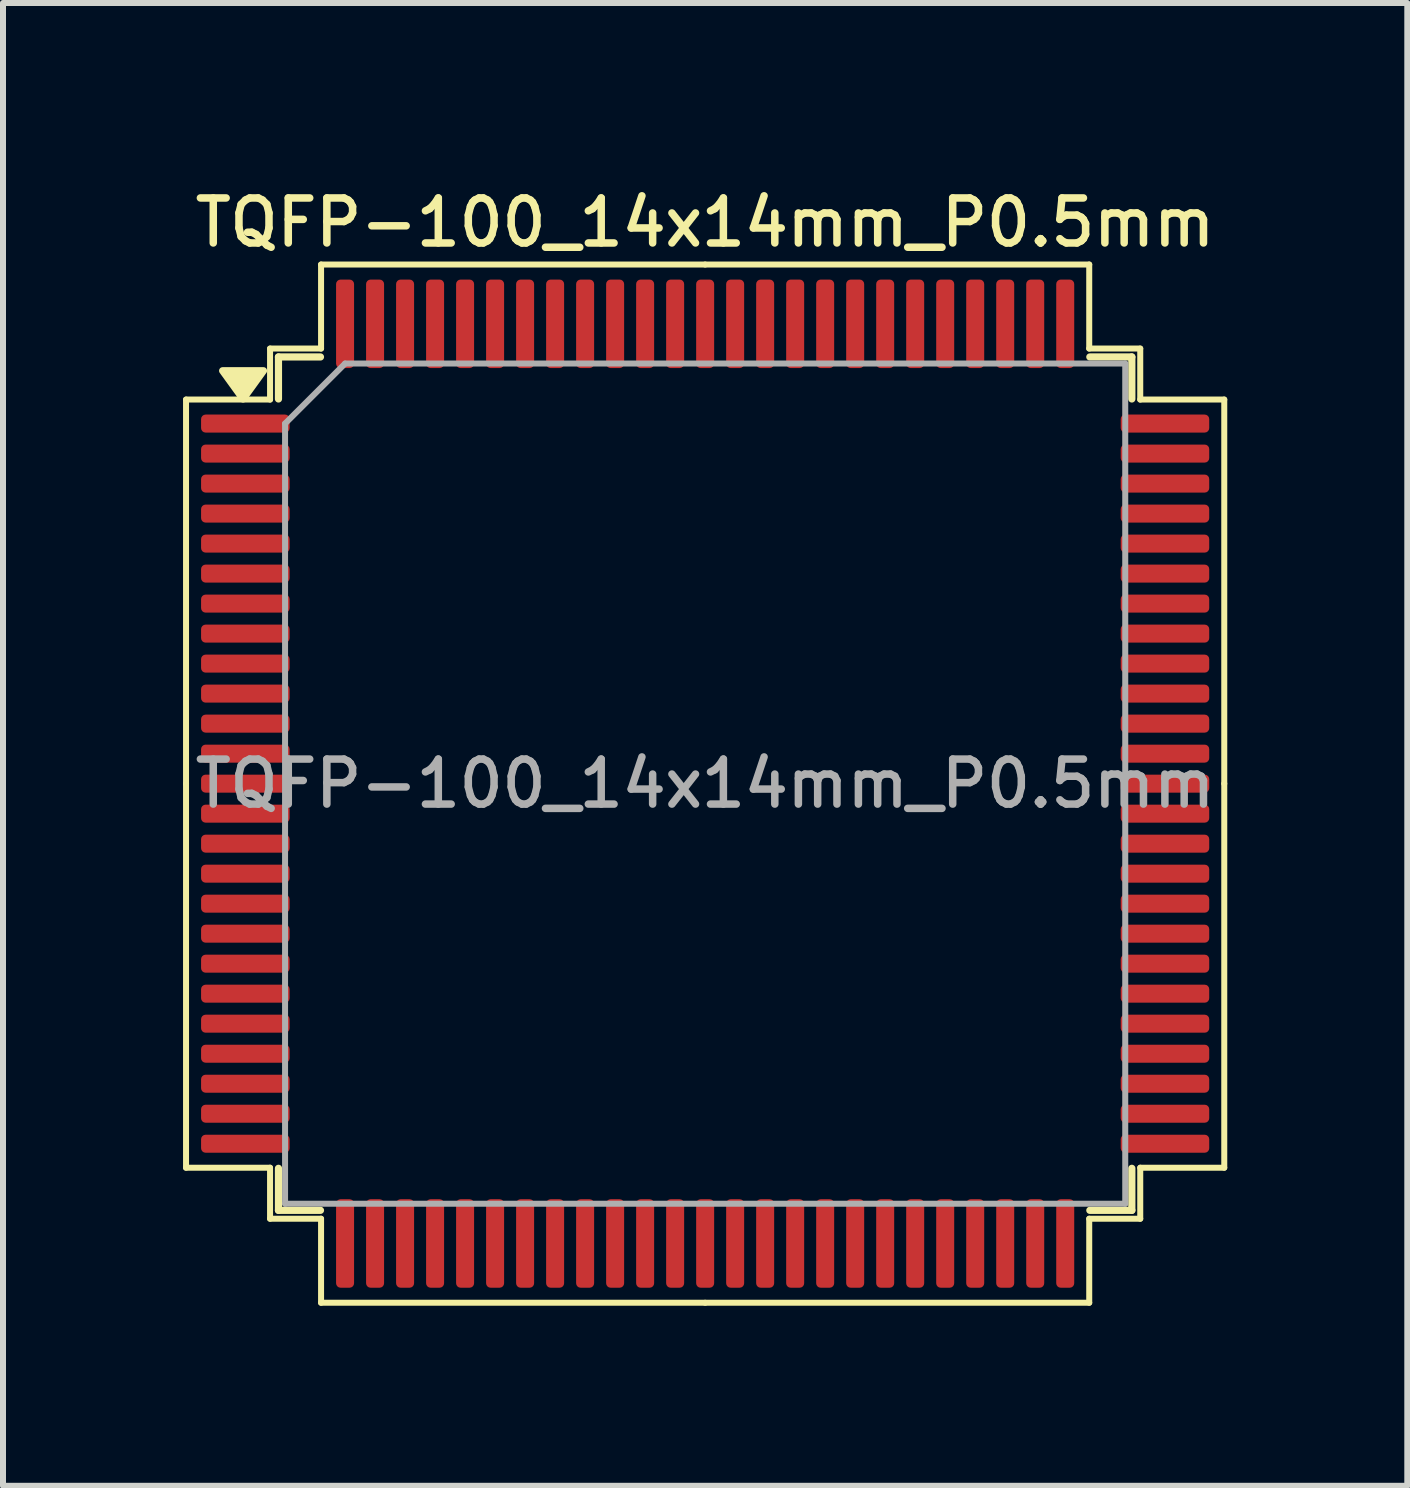
<source format=kicad_pcb>
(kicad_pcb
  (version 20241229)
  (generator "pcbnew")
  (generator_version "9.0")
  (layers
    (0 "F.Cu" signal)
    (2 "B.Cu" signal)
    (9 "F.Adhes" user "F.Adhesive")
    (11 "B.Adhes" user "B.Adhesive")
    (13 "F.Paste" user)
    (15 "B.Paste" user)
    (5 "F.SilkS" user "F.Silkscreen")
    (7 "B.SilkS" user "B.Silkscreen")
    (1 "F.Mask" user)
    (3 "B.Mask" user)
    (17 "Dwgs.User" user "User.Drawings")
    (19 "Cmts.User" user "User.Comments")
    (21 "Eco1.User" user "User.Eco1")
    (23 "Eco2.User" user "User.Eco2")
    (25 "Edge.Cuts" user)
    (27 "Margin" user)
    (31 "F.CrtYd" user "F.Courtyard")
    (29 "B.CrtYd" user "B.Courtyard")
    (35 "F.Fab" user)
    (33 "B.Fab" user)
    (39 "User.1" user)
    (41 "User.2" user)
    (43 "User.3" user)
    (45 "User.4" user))
  (footprint "TQFP-100_14x14mm_P0.5mm"
    (layer "F.Cu")
    (at 8.7 10.008)
    (property "Reference" "TQFP-100_14x14mm_P0.5mm" (at 0 -9.35 0) (layer "F.SilkS") (effects (font (size 0.75 0.75) (thickness 0.125))))
    (attr smd)
    (fp_line (start -8.65 -6.4) (end -8.65 0) (stroke (width 0.1) (type solid)) (layer "F.SilkS"))
    (fp_line (start -8.65 6.4) (end -8.65 0) (stroke (width 0.1) (type solid)) (layer "F.SilkS"))
    (fp_line (start -7.25 -7.25) (end -7.25 -6.4) (stroke (width 0.1) (type solid)) (layer "F.SilkS"))
    (fp_line (start -7.25 -6.4) (end -8.65 -6.4) (stroke (width 0.1) (type solid)) (layer "F.SilkS"))
    (fp_line (start -7.25 6.4) (end -8.65 6.4) (stroke (width 0.1) (type solid)) (layer "F.SilkS"))
    (fp_line (start -7.25 7.25) (end -7.25 6.4) (stroke (width 0.1) (type solid)) (layer "F.SilkS"))
    (fp_line (start -7.11 -7.11) (end -7.11 -6.41) (stroke (width 0.12) (type solid)) (layer "F.SilkS"))
    (fp_line (start -7.11 7.11) (end -7.11 6.41) (stroke (width 0.12) (type solid)) (layer "F.SilkS"))
    (fp_line (start -6.41 -7.11) (end -7.11 -7.11) (stroke (width 0.12) (type solid)) (layer "F.SilkS"))
    (fp_line (start -6.41 7.11) (end -7.11 7.11) (stroke (width 0.12) (type solid)) (layer "F.SilkS"))
    (fp_line (start -6.4 -8.65) (end -6.4 -7.25) (stroke (width 0.1) (type solid)) (layer "F.SilkS"))
    (fp_line (start -6.4 -7.25) (end -7.25 -7.25) (stroke (width 0.1) (type solid)) (layer "F.SilkS"))
    (fp_line (start -6.4 7.25) (end -7.25 7.25) (stroke (width 0.1) (type solid)) (layer "F.SilkS"))
    (fp_line (start -6.4 8.65) (end -6.4 7.25) (stroke (width 0.1) (type solid)) (layer "F.SilkS"))
    (fp_line (start 0 -8.65) (end -6.4 -8.65) (stroke (width 0.1) (type solid)) (layer "F.SilkS"))
    (fp_line (start 0 -8.65) (end 6.4 -8.65) (stroke (width 0.1) (type solid)) (layer "F.SilkS"))
    (fp_line (start 0 8.65) (end -6.4 8.65) (stroke (width 0.1) (type solid)) (layer "F.SilkS"))
    (fp_line (start 0 8.65) (end 6.4 8.65) (stroke (width 0.1) (type solid)) (layer "F.SilkS"))
    (fp_line (start 6.4 -8.65) (end 6.4 -7.25) (stroke (width 0.1) (type solid)) (layer "F.SilkS"))
    (fp_line (start 6.4 -7.25) (end 7.25 -7.25) (stroke (width 0.1) (type solid)) (layer "F.SilkS"))
    (fp_line (start 6.4 7.25) (end 7.25 7.25) (stroke (width 0.1) (type solid)) (layer "F.SilkS"))
    (fp_line (start 6.4 8.65) (end 6.4 7.25) (stroke (width 0.1) (type solid)) (layer "F.SilkS"))
    (fp_line (start 6.41 -7.11) (end 7.11 -7.11) (stroke (width 0.12) (type solid)) (layer "F.SilkS"))
    (fp_line (start 6.41 7.11) (end 7.11 7.11) (stroke (width 0.12) (type solid)) (layer "F.SilkS"))
    (fp_line (start 7.11 -7.11) (end 7.11 -6.41) (stroke (width 0.12) (type solid)) (layer "F.SilkS"))
    (fp_line (start 7.11 7.11) (end 7.11 6.41) (stroke (width 0.12) (type solid)) (layer "F.SilkS"))
    (fp_line (start 7.25 -7.25) (end 7.25 -6.4) (stroke (width 0.1) (type solid)) (layer "F.SilkS"))
    (fp_line (start 7.25 -6.4) (end 8.65 -6.4) (stroke (width 0.1) (type solid)) (layer "F.SilkS"))
    (fp_line (start 7.25 6.4) (end 8.65 6.4) (stroke (width 0.1) (type solid)) (layer "F.SilkS"))
    (fp_line (start 7.25 7.25) (end 7.25 6.4) (stroke (width 0.1) (type solid)) (layer "F.SilkS"))
    (fp_line (start 8.65 -6.4) (end 8.65 0) (stroke (width 0.1) (type solid)) (layer "F.SilkS"))
    (fp_line (start 8.65 6.4) (end 8.65 0) (stroke (width 0.1) (type solid)) (layer "F.SilkS"))
    (fp_poly (pts (xy -7.7 -6.41) (xy -8.04 -6.88) (xy -7.36 -6.88) (xy -7.7 -6.41)) (stroke (width 0.12) (type solid)) (fill yes) (layer "F.SilkS"))
    (fp_line (start -7 -6) (end -6 -7) (stroke (width 0.1) (type solid)) (layer "F.Fab"))
    (fp_line (start -7 7) (end -7 -6) (stroke (width 0.1) (type solid)) (layer "F.Fab"))
    (fp_line (start -6 -7) (end 7 -7) (stroke (width 0.1) (type solid)) (layer "F.Fab"))
    (fp_line (start 7 -7) (end 7 7) (stroke (width 0.1) (type solid)) (layer "F.Fab"))
    (fp_line (start 7 7) (end -7 7) (stroke (width 0.1) (type solid)) (layer "F.Fab"))
    (fp_text user "${REFERENCE}" (at 0 0 0) (layer "F.Fab") (effects (font (size 0.75 0.75) (thickness 0.125))))
    (pad "1" smd roundrect (at -7.662 -6) (size 1.475 0.3) (layers "F.Cu" "F.Mask" "F.Paste") (roundrect_rratio 0.25))
    (pad "2" smd roundrect (at -7.662 -5.5) (size 1.475 0.3) (layers "F.Cu" "F.Mask" "F.Paste") (roundrect_rratio 0.25))
    (pad "3" smd roundrect (at -7.662 -5) (size 1.475 0.3) (layers "F.Cu" "F.Mask" "F.Paste") (roundrect_rratio 0.25))
    (pad "4" smd roundrect (at -7.662 -4.5) (size 1.475 0.3) (layers "F.Cu" "F.Mask" "F.Paste") (roundrect_rratio 0.25))
    (pad "5" smd roundrect (at -7.662 -4) (size 1.475 0.3) (layers "F.Cu" "F.Mask" "F.Paste") (roundrect_rratio 0.25))
    (pad "6" smd roundrect (at -7.662 -3.5) (size 1.475 0.3) (layers "F.Cu" "F.Mask" "F.Paste") (roundrect_rratio 0.25))
    (pad "7" smd roundrect (at -7.662 -3) (size 1.475 0.3) (layers "F.Cu" "F.Mask" "F.Paste") (roundrect_rratio 0.25))
    (pad "8" smd roundrect (at -7.662 -2.5) (size 1.475 0.3) (layers "F.Cu" "F.Mask" "F.Paste") (roundrect_rratio 0.25))
    (pad "9" smd roundrect (at -7.662 -2) (size 1.475 0.3) (layers "F.Cu" "F.Mask" "F.Paste") (roundrect_rratio 0.25))
    (pad "10" smd roundrect (at -7.662 -1.5) (size 1.475 0.3) (layers "F.Cu" "F.Mask" "F.Paste") (roundrect_rratio 0.25))
    (pad "11" smd roundrect (at -7.662 -1) (size 1.475 0.3) (layers "F.Cu" "F.Mask" "F.Paste") (roundrect_rratio 0.25))
    (pad "12" smd roundrect (at -7.662 -0.5) (size 1.475 0.3) (layers "F.Cu" "F.Mask" "F.Paste") (roundrect_rratio 0.25))
    (pad "13" smd roundrect (at -7.662 0) (size 1.475 0.3) (layers "F.Cu" "F.Mask" "F.Paste") (roundrect_rratio 0.25))
    (pad "14" smd roundrect (at -7.662 0.5) (size 1.475 0.3) (layers "F.Cu" "F.Mask" "F.Paste") (roundrect_rratio 0.25))
    (pad "15" smd roundrect (at -7.662 1) (size 1.475 0.3) (layers "F.Cu" "F.Mask" "F.Paste") (roundrect_rratio 0.25))
    (pad "16" smd roundrect (at -7.662 1.5) (size 1.475 0.3) (layers "F.Cu" "F.Mask" "F.Paste") (roundrect_rratio 0.25))
    (pad "17" smd roundrect (at -7.662 2) (size 1.475 0.3) (layers "F.Cu" "F.Mask" "F.Paste") (roundrect_rratio 0.25))
    (pad "18" smd roundrect (at -7.662 2.5) (size 1.475 0.3) (layers "F.Cu" "F.Mask" "F.Paste") (roundrect_rratio 0.25))
    (pad "19" smd roundrect (at -7.662 3) (size 1.475 0.3) (layers "F.Cu" "F.Mask" "F.Paste") (roundrect_rratio 0.25))
    (pad "20" smd roundrect (at -7.662 3.5) (size 1.475 0.3) (layers "F.Cu" "F.Mask" "F.Paste") (roundrect_rratio 0.25))
    (pad "21" smd roundrect (at -7.662 4) (size 1.475 0.3) (layers "F.Cu" "F.Mask" "F.Paste") (roundrect_rratio 0.25))
    (pad "22" smd roundrect (at -7.662 4.5) (size 1.475 0.3) (layers "F.Cu" "F.Mask" "F.Paste") (roundrect_rratio 0.25))
    (pad "23" smd roundrect (at -7.662 5) (size 1.475 0.3) (layers "F.Cu" "F.Mask" "F.Paste") (roundrect_rratio 0.25))
    (pad "24" smd roundrect (at -7.662 5.5) (size 1.475 0.3) (layers "F.Cu" "F.Mask" "F.Paste") (roundrect_rratio 0.25))
    (pad "25" smd roundrect (at -7.662 6) (size 1.475 0.3) (layers "F.Cu" "F.Mask" "F.Paste") (roundrect_rratio 0.25))
    (pad "26" smd roundrect (at -6 7.662) (size 0.3 1.475) (layers "F.Cu" "F.Mask" "F.Paste") (roundrect_rratio 0.25))
    (pad "27" smd roundrect (at -5.5 7.662) (size 0.3 1.475) (layers "F.Cu" "F.Mask" "F.Paste") (roundrect_rratio 0.25))
    (pad "28" smd roundrect (at -5 7.662) (size 0.3 1.475) (layers "F.Cu" "F.Mask" "F.Paste") (roundrect_rratio 0.25))
    (pad "29" smd roundrect (at -4.5 7.662) (size 0.3 1.475) (layers "F.Cu" "F.Mask" "F.Paste") (roundrect_rratio 0.25))
    (pad "30" smd roundrect (at -4 7.662) (size 0.3 1.475) (layers "F.Cu" "F.Mask" "F.Paste") (roundrect_rratio 0.25))
    (pad "31" smd roundrect (at -3.5 7.662) (size 0.3 1.475) (layers "F.Cu" "F.Mask" "F.Paste") (roundrect_rratio 0.25))
    (pad "32" smd roundrect (at -3 7.662) (size 0.3 1.475) (layers "F.Cu" "F.Mask" "F.Paste") (roundrect_rratio 0.25))
    (pad "33" smd roundrect (at -2.5 7.662) (size 0.3 1.475) (layers "F.Cu" "F.Mask" "F.Paste") (roundrect_rratio 0.25))
    (pad "34" smd roundrect (at -2 7.662) (size 0.3 1.475) (layers "F.Cu" "F.Mask" "F.Paste") (roundrect_rratio 0.25))
    (pad "35" smd roundrect (at -1.5 7.662) (size 0.3 1.475) (layers "F.Cu" "F.Mask" "F.Paste") (roundrect_rratio 0.25))
    (pad "36" smd roundrect (at -1 7.662) (size 0.3 1.475) (layers "F.Cu" "F.Mask" "F.Paste") (roundrect_rratio 0.25))
    (pad "37" smd roundrect (at -0.5 7.662) (size 0.3 1.475) (layers "F.Cu" "F.Mask" "F.Paste") (roundrect_rratio 0.25))
    (pad "38" smd roundrect (at 0 7.662) (size 0.3 1.475) (layers "F.Cu" "F.Mask" "F.Paste") (roundrect_rratio 0.25))
    (pad "39" smd roundrect (at 0.5 7.662) (size 0.3 1.475) (layers "F.Cu" "F.Mask" "F.Paste") (roundrect_rratio 0.25))
    (pad "40" smd roundrect (at 1 7.662) (size 0.3 1.475) (layers "F.Cu" "F.Mask" "F.Paste") (roundrect_rratio 0.25))
    (pad "41" smd roundrect (at 1.5 7.662) (size 0.3 1.475) (layers "F.Cu" "F.Mask" "F.Paste") (roundrect_rratio 0.25))
    (pad "42" smd roundrect (at 2 7.662) (size 0.3 1.475) (layers "F.Cu" "F.Mask" "F.Paste") (roundrect_rratio 0.25))
    (pad "43" smd roundrect (at 2.5 7.662) (size 0.3 1.475) (layers "F.Cu" "F.Mask" "F.Paste") (roundrect_rratio 0.25))
    (pad "44" smd roundrect (at 3 7.662) (size 0.3 1.475) (layers "F.Cu" "F.Mask" "F.Paste") (roundrect_rratio 0.25))
    (pad "45" smd roundrect (at 3.5 7.662) (size 0.3 1.475) (layers "F.Cu" "F.Mask" "F.Paste") (roundrect_rratio 0.25))
    (pad "46" smd roundrect (at 4 7.662) (size 0.3 1.475) (layers "F.Cu" "F.Mask" "F.Paste") (roundrect_rratio 0.25))
    (pad "47" smd roundrect (at 4.5 7.662) (size 0.3 1.475) (layers "F.Cu" "F.Mask" "F.Paste") (roundrect_rratio 0.25))
    (pad "48" smd roundrect (at 5 7.662) (size 0.3 1.475) (layers "F.Cu" "F.Mask" "F.Paste") (roundrect_rratio 0.25))
    (pad "49" smd roundrect (at 5.5 7.662) (size 0.3 1.475) (layers "F.Cu" "F.Mask" "F.Paste") (roundrect_rratio 0.25))
    (pad "50" smd roundrect (at 6 7.662) (size 0.3 1.475) (layers "F.Cu" "F.Mask" "F.Paste") (roundrect_rratio 0.25))
    (pad "51" smd roundrect (at 7.662 6) (size 1.475 0.3) (layers "F.Cu" "F.Mask" "F.Paste") (roundrect_rratio 0.25))
    (pad "52" smd roundrect (at 7.662 5.5) (size 1.475 0.3) (layers "F.Cu" "F.Mask" "F.Paste") (roundrect_rratio 0.25))
    (pad "53" smd roundrect (at 7.662 5) (size 1.475 0.3) (layers "F.Cu" "F.Mask" "F.Paste") (roundrect_rratio 0.25))
    (pad "54" smd roundrect (at 7.662 4.5) (size 1.475 0.3) (layers "F.Cu" "F.Mask" "F.Paste") (roundrect_rratio 0.25))
    (pad "55" smd roundrect (at 7.662 4) (size 1.475 0.3) (layers "F.Cu" "F.Mask" "F.Paste") (roundrect_rratio 0.25))
    (pad "56" smd roundrect (at 7.662 3.5) (size 1.475 0.3) (layers "F.Cu" "F.Mask" "F.Paste") (roundrect_rratio 0.25))
    (pad "57" smd roundrect (at 7.662 3) (size 1.475 0.3) (layers "F.Cu" "F.Mask" "F.Paste") (roundrect_rratio 0.25))
    (pad "58" smd roundrect (at 7.662 2.5) (size 1.475 0.3) (layers "F.Cu" "F.Mask" "F.Paste") (roundrect_rratio 0.25))
    (pad "59" smd roundrect (at 7.662 2) (size 1.475 0.3) (layers "F.Cu" "F.Mask" "F.Paste") (roundrect_rratio 0.25))
    (pad "60" smd roundrect (at 7.662 1.5) (size 1.475 0.3) (layers "F.Cu" "F.Mask" "F.Paste") (roundrect_rratio 0.25))
    (pad "61" smd roundrect (at 7.662 1) (size 1.475 0.3) (layers "F.Cu" "F.Mask" "F.Paste") (roundrect_rratio 0.25))
    (pad "62" smd roundrect (at 7.662 0.5) (size 1.475 0.3) (layers "F.Cu" "F.Mask" "F.Paste") (roundrect_rratio 0.25))
    (pad "63" smd roundrect (at 7.662 0) (size 1.475 0.3) (layers "F.Cu" "F.Mask" "F.Paste") (roundrect_rratio 0.25))
    (pad "64" smd roundrect (at 7.662 -0.5) (size 1.475 0.3) (layers "F.Cu" "F.Mask" "F.Paste") (roundrect_rratio 0.25))
    (pad "65" smd roundrect (at 7.662 -1) (size 1.475 0.3) (layers "F.Cu" "F.Mask" "F.Paste") (roundrect_rratio 0.25))
    (pad "66" smd roundrect (at 7.662 -1.5) (size 1.475 0.3) (layers "F.Cu" "F.Mask" "F.Paste") (roundrect_rratio 0.25))
    (pad "67" smd roundrect (at 7.662 -2) (size 1.475 0.3) (layers "F.Cu" "F.Mask" "F.Paste") (roundrect_rratio 0.25))
    (pad "68" smd roundrect (at 7.662 -2.5) (size 1.475 0.3) (layers "F.Cu" "F.Mask" "F.Paste") (roundrect_rratio 0.25))
    (pad "69" smd roundrect (at 7.662 -3) (size 1.475 0.3) (layers "F.Cu" "F.Mask" "F.Paste") (roundrect_rratio 0.25))
    (pad "70" smd roundrect (at 7.662 -3.5) (size 1.475 0.3) (layers "F.Cu" "F.Mask" "F.Paste") (roundrect_rratio 0.25))
    (pad "71" smd roundrect (at 7.662 -4) (size 1.475 0.3) (layers "F.Cu" "F.Mask" "F.Paste") (roundrect_rratio 0.25))
    (pad "72" smd roundrect (at 7.662 -4.5) (size 1.475 0.3) (layers "F.Cu" "F.Mask" "F.Paste") (roundrect_rratio 0.25))
    (pad "73" smd roundrect (at 7.662 -5) (size 1.475 0.3) (layers "F.Cu" "F.Mask" "F.Paste") (roundrect_rratio 0.25))
    (pad "74" smd roundrect (at 7.662 -5.5) (size 1.475 0.3) (layers "F.Cu" "F.Mask" "F.Paste") (roundrect_rratio 0.25))
    (pad "75" smd roundrect (at 7.662 -6) (size 1.475 0.3) (layers "F.Cu" "F.Mask" "F.Paste") (roundrect_rratio 0.25))
    (pad "76" smd roundrect (at 6 -7.662) (size 0.3 1.475) (layers "F.Cu" "F.Mask" "F.Paste") (roundrect_rratio 0.25))
    (pad "77" smd roundrect (at 5.5 -7.662) (size 0.3 1.475) (layers "F.Cu" "F.Mask" "F.Paste") (roundrect_rratio 0.25))
    (pad "78" smd roundrect (at 5 -7.662) (size 0.3 1.475) (layers "F.Cu" "F.Mask" "F.Paste") (roundrect_rratio 0.25))
    (pad "79" smd roundrect (at 4.5 -7.662) (size 0.3 1.475) (layers "F.Cu" "F.Mask" "F.Paste") (roundrect_rratio 0.25))
    (pad "80" smd roundrect (at 4 -7.662) (size 0.3 1.475) (layers "F.Cu" "F.Mask" "F.Paste") (roundrect_rratio 0.25))
    (pad "81" smd roundrect (at 3.5 -7.662) (size 0.3 1.475) (layers "F.Cu" "F.Mask" "F.Paste") (roundrect_rratio 0.25))
    (pad "82" smd roundrect (at 3 -7.662) (size 0.3 1.475) (layers "F.Cu" "F.Mask" "F.Paste") (roundrect_rratio 0.25))
    (pad "83" smd roundrect (at 2.5 -7.662) (size 0.3 1.475) (layers "F.Cu" "F.Mask" "F.Paste") (roundrect_rratio 0.25))
    (pad "84" smd roundrect (at 2 -7.662) (size 0.3 1.475) (layers "F.Cu" "F.Mask" "F.Paste") (roundrect_rratio 0.25))
    (pad "85" smd roundrect (at 1.5 -7.662) (size 0.3 1.475) (layers "F.Cu" "F.Mask" "F.Paste") (roundrect_rratio 0.25))
    (pad "86" smd roundrect (at 1 -7.662) (size 0.3 1.475) (layers "F.Cu" "F.Mask" "F.Paste") (roundrect_rratio 0.25))
    (pad "87" smd roundrect (at 0.5 -7.662) (size 0.3 1.475) (layers "F.Cu" "F.Mask" "F.Paste") (roundrect_rratio 0.25))
    (pad "88" smd roundrect (at 0 -7.662) (size 0.3 1.475) (layers "F.Cu" "F.Mask" "F.Paste") (roundrect_rratio 0.25))
    (pad "89" smd roundrect (at -0.5 -7.662) (size 0.3 1.475) (layers "F.Cu" "F.Mask" "F.Paste") (roundrect_rratio 0.25))
    (pad "90" smd roundrect (at -1 -7.662) (size 0.3 1.475) (layers "F.Cu" "F.Mask" "F.Paste") (roundrect_rratio 0.25))
    (pad "91" smd roundrect (at -1.5 -7.662) (size 0.3 1.475) (layers "F.Cu" "F.Mask" "F.Paste") (roundrect_rratio 0.25))
    (pad "92" smd roundrect (at -2 -7.662) (size 0.3 1.475) (layers "F.Cu" "F.Mask" "F.Paste") (roundrect_rratio 0.25))
    (pad "93" smd roundrect (at -2.5 -7.662) (size 0.3 1.475) (layers "F.Cu" "F.Mask" "F.Paste") (roundrect_rratio 0.25))
    (pad "94" smd roundrect (at -3 -7.662) (size 0.3 1.475) (layers "F.Cu" "F.Mask" "F.Paste") (roundrect_rratio 0.25))
    (pad "95" smd roundrect (at -3.5 -7.662) (size 0.3 1.475) (layers "F.Cu" "F.Mask" "F.Paste") (roundrect_rratio 0.25))
    (pad "96" smd roundrect (at -4 -7.662) (size 0.3 1.475) (layers "F.Cu" "F.Mask" "F.Paste") (roundrect_rratio 0.25))
    (pad "97" smd roundrect (at -4.5 -7.662) (size 0.3 1.475) (layers "F.Cu" "F.Mask" "F.Paste") (roundrect_rratio 0.25))
    (pad "98" smd roundrect (at -5 -7.662) (size 0.3 1.475) (layers "F.Cu" "F.Mask" "F.Paste") (roundrect_rratio 0.25))
    (pad "99" smd roundrect (at -5.5 -7.662) (size 0.3 1.475) (layers "F.Cu" "F.Mask" "F.Paste") (roundrect_rratio 0.25))
    (pad "100" smd roundrect (at -6 -7.662) (size 0.3 1.475) (layers "F.Cu" "F.Mask" "F.Paste") (roundrect_rratio 0.25)))
  (gr_rect
    (start -3 -3)
    (end 20.4 21.708)
    (stroke (width 0.1) (type default))
    (fill no)
    (layer "Edge.Cuts")))
</source>
